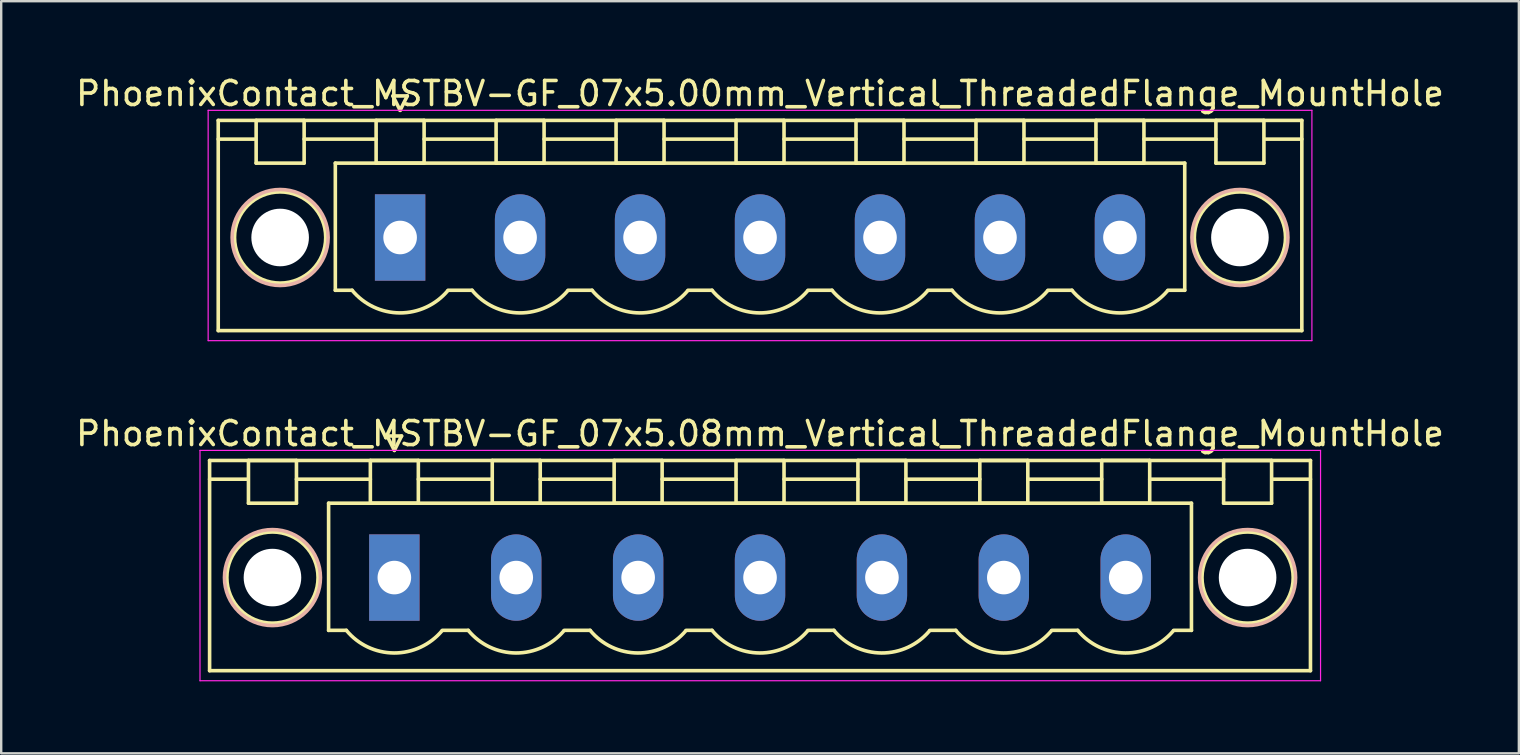
<source format=kicad_pcb>
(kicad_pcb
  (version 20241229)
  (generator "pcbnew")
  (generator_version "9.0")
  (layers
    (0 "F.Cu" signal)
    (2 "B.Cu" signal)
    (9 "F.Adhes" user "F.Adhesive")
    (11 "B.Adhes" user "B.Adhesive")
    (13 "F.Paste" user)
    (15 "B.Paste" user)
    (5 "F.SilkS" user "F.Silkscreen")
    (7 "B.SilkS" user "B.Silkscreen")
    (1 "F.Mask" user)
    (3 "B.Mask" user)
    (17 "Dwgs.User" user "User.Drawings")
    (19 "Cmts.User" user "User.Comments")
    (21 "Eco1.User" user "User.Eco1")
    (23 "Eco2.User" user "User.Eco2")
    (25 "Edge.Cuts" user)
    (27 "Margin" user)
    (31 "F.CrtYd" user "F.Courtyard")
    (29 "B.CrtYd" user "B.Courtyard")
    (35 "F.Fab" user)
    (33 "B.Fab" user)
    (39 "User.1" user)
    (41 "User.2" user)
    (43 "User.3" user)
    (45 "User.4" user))
  (footprint "PhoenixContact_MSTBV-GF_07x5.08mm_Vertical_ThreadedFlange_MountHole"
    (layer "F.Cu")
    (at 13.385 21.021)
    (property "Reference" "PhoenixContact_MSTBV-GF_07x5.08mm_Vertical_ThreadedFlange_MountHole" (at 15.24 -6 0) (layer "F.SilkS") (effects (font (size 1 1) (thickness 0.15))))
    (attr through_hole)
    (fp_line (start -7.7 -4.88) (end -7.7 3.88) (stroke (width 0.15) (type solid)) (layer "F.SilkS"))
    (fp_line (start -7.7 -4.1) (end -6.16 -4.1) (stroke (width 0.15) (type solid)) (layer "F.SilkS"))
    (fp_line (start -7.7 3.88) (end 38.18 3.88) (stroke (width 0.15) (type solid)) (layer "F.SilkS"))
    (fp_line (start -6.08 -4.88) (end -4.08 -4.88) (stroke (width 0.15) (type solid)) (layer "F.SilkS"))
    (fp_line (start -6.08 -3.1) (end -6.08 -4.88) (stroke (width 0.15) (type solid)) (layer "F.SilkS"))
    (fp_line (start -4.08 -4.88) (end -4.08 -3.1) (stroke (width 0.15) (type solid)) (layer "F.SilkS"))
    (fp_line (start -4.08 -4.1) (end -1 -4.1) (stroke (width 0.15) (type solid)) (layer "F.SilkS"))
    (fp_line (start -4.08 -3.1) (end -6.08 -3.1) (stroke (width 0.15) (type solid)) (layer "F.SilkS"))
    (fp_line (start -2.74 -3.1) (end 33.22 -3.1) (stroke (width 0.15) (type solid)) (layer "F.SilkS"))
    (fp_line (start -2.74 2.2) (end -2.74 -3.1) (stroke (width 0.15) (type solid)) (layer "F.SilkS"))
    (fp_line (start -2 2.2) (end -2.74 2.2) (stroke (width 0.15) (type solid)) (layer "F.SilkS"))
    (fp_line (start -1 -4.88) (end 1 -4.88) (stroke (width 0.15) (type solid)) (layer "F.SilkS"))
    (fp_line (start -1 -3.1) (end -1 -4.88) (stroke (width 0.15) (type solid)) (layer "F.SilkS"))
    (fp_line (start -0.3 -5.9) (end 0 -5.3) (stroke (width 0.15) (type solid)) (layer "F.SilkS"))
    (fp_line (start 0 -5.3) (end 0.3 -5.9) (stroke (width 0.15) (type solid)) (layer "F.SilkS"))
    (fp_line (start 0.3 -5.9) (end -0.3 -5.9) (stroke (width 0.15) (type solid)) (layer "F.SilkS"))
    (fp_line (start 1 -4.88) (end 1 -3.1) (stroke (width 0.15) (type solid)) (layer "F.SilkS"))
    (fp_line (start 1 -4.1) (end 4.08 -4.1) (stroke (width 0.15) (type solid)) (layer "F.SilkS"))
    (fp_line (start 1 -3.1) (end -1 -3.1) (stroke (width 0.15) (type solid)) (layer "F.SilkS"))
    (fp_line (start 2 2.2) (end 3.08 2.2) (stroke (width 0.15) (type solid)) (layer "F.SilkS"))
    (fp_line (start 4.08 -4.88) (end 6.08 -4.88) (stroke (width 0.15) (type solid)) (layer "F.SilkS"))
    (fp_line (start 4.08 -3.1) (end 4.08 -4.88) (stroke (width 0.15) (type solid)) (layer "F.SilkS"))
    (fp_line (start 6.08 -4.88) (end 6.08 -3.1) (stroke (width 0.15) (type solid)) (layer "F.SilkS"))
    (fp_line (start 6.08 -4.1) (end 9.16 -4.1) (stroke (width 0.15) (type solid)) (layer "F.SilkS"))
    (fp_line (start 6.08 -3.1) (end 4.08 -3.1) (stroke (width 0.15) (type solid)) (layer "F.SilkS"))
    (fp_line (start 7.08 2.2) (end 8.16 2.2) (stroke (width 0.15) (type solid)) (layer "F.SilkS"))
    (fp_line (start 9.16 -4.88) (end 11.16 -4.88) (stroke (width 0.15) (type solid)) (layer "F.SilkS"))
    (fp_line (start 9.16 -3.1) (end 9.16 -4.88) (stroke (width 0.15) (type solid)) (layer "F.SilkS"))
    (fp_line (start 11.16 -4.88) (end 11.16 -3.1) (stroke (width 0.15) (type solid)) (layer "F.SilkS"))
    (fp_line (start 11.16 -4.1) (end 14.24 -4.1) (stroke (width 0.15) (type solid)) (layer "F.SilkS"))
    (fp_line (start 11.16 -3.1) (end 9.16 -3.1) (stroke (width 0.15) (type solid)) (layer "F.SilkS"))
    (fp_line (start 12.16 2.2) (end 13.24 2.2) (stroke (width 0.15) (type solid)) (layer "F.SilkS"))
    (fp_line (start 14.24 -4.88) (end 16.24 -4.88) (stroke (width 0.15) (type solid)) (layer "F.SilkS"))
    (fp_line (start 14.24 -3.1) (end 14.24 -4.88) (stroke (width 0.15) (type solid)) (layer "F.SilkS"))
    (fp_line (start 16.24 -4.88) (end 16.24 -3.1) (stroke (width 0.15) (type solid)) (layer "F.SilkS"))
    (fp_line (start 16.24 -4.1) (end 19.32 -4.1) (stroke (width 0.15) (type solid)) (layer "F.SilkS"))
    (fp_line (start 16.24 -3.1) (end 14.24 -3.1) (stroke (width 0.15) (type solid)) (layer "F.SilkS"))
    (fp_line (start 17.24 2.2) (end 18.32 2.2) (stroke (width 0.15) (type solid)) (layer "F.SilkS"))
    (fp_line (start 19.32 -4.88) (end 21.32 -4.88) (stroke (width 0.15) (type solid)) (layer "F.SilkS"))
    (fp_line (start 19.32 -3.1) (end 19.32 -4.88) (stroke (width 0.15) (type solid)) (layer "F.SilkS"))
    (fp_line (start 21.32 -4.88) (end 21.32 -3.1) (stroke (width 0.15) (type solid)) (layer "F.SilkS"))
    (fp_line (start 21.32 -4.1) (end 24.4 -4.1) (stroke (width 0.15) (type solid)) (layer "F.SilkS"))
    (fp_line (start 21.32 -3.1) (end 19.32 -3.1) (stroke (width 0.15) (type solid)) (layer "F.SilkS"))
    (fp_line (start 22.32 2.2) (end 23.4 2.2) (stroke (width 0.15) (type solid)) (layer "F.SilkS"))
    (fp_line (start 24.4 -4.88) (end 26.4 -4.88) (stroke (width 0.15) (type solid)) (layer "F.SilkS"))
    (fp_line (start 24.4 -3.1) (end 24.4 -4.88) (stroke (width 0.15) (type solid)) (layer "F.SilkS"))
    (fp_line (start 26.4 -4.88) (end 26.4 -3.1) (stroke (width 0.15) (type solid)) (layer "F.SilkS"))
    (fp_line (start 26.4 -4.1) (end 29.48 -4.1) (stroke (width 0.15) (type solid)) (layer "F.SilkS"))
    (fp_line (start 26.4 -3.1) (end 24.4 -3.1) (stroke (width 0.15) (type solid)) (layer "F.SilkS"))
    (fp_line (start 27.4 2.2) (end 28.48 2.2) (stroke (width 0.15) (type solid)) (layer "F.SilkS"))
    (fp_line (start 29.48 -4.88) (end 31.48 -4.88) (stroke (width 0.15) (type solid)) (layer "F.SilkS"))
    (fp_line (start 29.48 -3.1) (end 29.48 -4.88) (stroke (width 0.15) (type solid)) (layer "F.SilkS"))
    (fp_line (start 31.48 -4.88) (end 31.48 -3.1) (stroke (width 0.15) (type solid)) (layer "F.SilkS"))
    (fp_line (start 31.48 -4.1) (end 34.56 -4.1) (stroke (width 0.15) (type solid)) (layer "F.SilkS"))
    (fp_line (start 31.48 -3.1) (end 29.48 -3.1) (stroke (width 0.15) (type solid)) (layer "F.SilkS"))
    (fp_line (start 33.22 -3.1) (end 33.22 2.2) (stroke (width 0.15) (type solid)) (layer "F.SilkS"))
    (fp_line (start 33.22 2.2) (end 32.48 2.2) (stroke (width 0.15) (type solid)) (layer "F.SilkS"))
    (fp_line (start 34.56 -4.88) (end 36.56 -4.88) (stroke (width 0.15) (type solid)) (layer "F.SilkS"))
    (fp_line (start 34.56 -3.1) (end 34.56 -4.88) (stroke (width 0.15) (type solid)) (layer "F.SilkS"))
    (fp_line (start 36.56 -4.88) (end 36.56 -3.1) (stroke (width 0.15) (type solid)) (layer "F.SilkS"))
    (fp_line (start 36.56 -3.1) (end 34.56 -3.1) (stroke (width 0.15) (type solid)) (layer "F.SilkS"))
    (fp_line (start 38.18 -4.88) (end -7.7 -4.88) (stroke (width 0.15) (type solid)) (layer "F.SilkS"))
    (fp_line (start 38.18 -4.1) (end 36.64 -4.1) (stroke (width 0.15) (type solid)) (layer "F.SilkS"))
    (fp_line (start 38.18 3.88) (end 38.18 -4.88) (stroke (width 0.15) (type solid)) (layer "F.SilkS"))
    (fp_arc (start 1.986842 2.215821) (mid -0.010289 3.142758) (end -2 2.2) (stroke (width 0.15) (type solid)) (layer "F.SilkS"))
    (fp_arc (start 7.066842 2.215821) (mid 5.069711 3.142758) (end 3.08 2.2) (stroke (width 0.15) (type solid)) (layer "F.SilkS"))
    (fp_arc (start 12.146842 2.215821) (mid 10.149711 3.142758) (end 8.16 2.2) (stroke (width 0.15) (type solid)) (layer "F.SilkS"))
    (fp_arc (start 17.226842 2.215821) (mid 15.229711 3.142758) (end 13.24 2.2) (stroke (width 0.15) (type solid)) (layer "F.SilkS"))
    (fp_arc (start 22.306842 2.215821) (mid 20.309711 3.142758) (end 18.32 2.2) (stroke (width 0.15) (type solid)) (layer "F.SilkS"))
    (fp_arc (start 27.386842 2.215821) (mid 25.389711 3.142758) (end 23.4 2.2) (stroke (width 0.15) (type solid)) (layer "F.SilkS"))
    (fp_arc (start 32.466842 2.215821) (mid 30.469711 3.142758) (end 28.48 2.2) (stroke (width 0.15) (type solid)) (layer "F.SilkS"))
    (fp_circle (center -5.08 0) (end -3.18 0) (stroke (width 0.15) (type solid)) (fill no) (layer "F.SilkS"))
    (fp_circle (center 35.56 0) (end 37.46 0) (stroke (width 0.15) (type solid)) (fill no) (layer "F.SilkS"))
    (fp_circle (center -5.08 0) (end -3.08 0) (stroke (width 0.15) (type solid)) (fill no) (layer "B.SilkS"))
    (fp_circle (center 35.56 0) (end 37.56 0) (stroke (width 0.15) (type solid)) (fill no) (layer "B.SilkS"))
    (fp_line (start -8.1 -5.3) (end -8.1 4.3) (stroke (width 0.05) (type solid)) (layer "F.CrtYd"))
    (fp_line (start -8.1 4.3) (end 38.6 4.3) (stroke (width 0.05) (type solid)) (layer "F.CrtYd"))
    (fp_line (start 38.6 -5.3) (end -8.1 -5.3) (stroke (width 0.05) (type solid)) (layer "F.CrtYd"))
    (fp_line (start 38.6 4.3) (end 38.6 -5.3) (stroke (width 0.05) (type solid)) (layer "F.CrtYd"))
    (pad "" np_thru_hole circle (at -5.08 0) (size 2.4 2.4) (drill 2.4) (layers "*.Cu" "*.Mask"))
    (pad "" np_thru_hole circle (at 35.56 0) (size 2.4 2.4) (drill 2.4) (layers "*.Cu" "*.Mask"))
    (pad "1" thru_hole rect (at 0 0) (size 2.1 3.6) (drill 1.4) (layers "*.Cu" "*.Mask"))
    (pad "2" thru_hole oval (at 5.08 0) (size 2.1 3.6) (drill 1.4) (layers "*.Cu" "*.Mask"))
    (pad "3" thru_hole oval (at 10.16 0) (size 2.1 3.6) (drill 1.4) (layers "*.Cu" "*.Mask"))
    (pad "4" thru_hole oval (at 15.24 0) (size 2.1 3.6) (drill 1.4) (layers "*.Cu" "*.Mask"))
    (pad "5" thru_hole oval (at 20.32 0) (size 2.1 3.6) (drill 1.4) (layers "*.Cu" "*.Mask"))
    (pad "6" thru_hole oval (at 25.4 0) (size 2.1 3.6) (drill 1.4) (layers "*.Cu" "*.Mask"))
    (pad "7" thru_hole oval (at 30.48 0) (size 2.1 3.6) (drill 1.4) (layers "*.Cu" "*.Mask")))
  (footprint "PhoenixContact_MSTBV-GF_07x5.00mm_Vertical_ThreadedFlange_MountHole"
    (layer "F.Cu")
    (at 13.625 6.848)
    (property "Reference" "PhoenixContact_MSTBV-GF_07x5.00mm_Vertical_ThreadedFlange_MountHole" (at 15 -6 0) (layer "F.SilkS") (effects (font (size 1 1) (thickness 0.15))))
    (attr through_hole)
    (fp_line (start -7.58 -4.88) (end -7.58 3.88) (stroke (width 0.15) (type solid)) (layer "F.SilkS"))
    (fp_line (start -7.58 -4.1) (end -6.08 -4.1) (stroke (width 0.15) (type solid)) (layer "F.SilkS"))
    (fp_line (start -7.58 3.88) (end 37.58 3.88) (stroke (width 0.15) (type solid)) (layer "F.SilkS"))
    (fp_line (start -6 -4.88) (end -4 -4.88) (stroke (width 0.15) (type solid)) (layer "F.SilkS"))
    (fp_line (start -6 -3.1) (end -6 -4.88) (stroke (width 0.15) (type solid)) (layer "F.SilkS"))
    (fp_line (start -4 -4.88) (end -4 -3.1) (stroke (width 0.15) (type solid)) (layer "F.SilkS"))
    (fp_line (start -4 -4.1) (end -1 -4.1) (stroke (width 0.15) (type solid)) (layer "F.SilkS"))
    (fp_line (start -4 -3.1) (end -6 -3.1) (stroke (width 0.15) (type solid)) (layer "F.SilkS"))
    (fp_line (start -2.7 -3.1) (end 32.7 -3.1) (stroke (width 0.15) (type solid)) (layer "F.SilkS"))
    (fp_line (start -2.7 2.2) (end -2.7 -3.1) (stroke (width 0.15) (type solid)) (layer "F.SilkS"))
    (fp_line (start -2 2.2) (end -2.7 2.2) (stroke (width 0.15) (type solid)) (layer "F.SilkS"))
    (fp_line (start -1 -4.88) (end 1 -4.88) (stroke (width 0.15) (type solid)) (layer "F.SilkS"))
    (fp_line (start -1 -3.1) (end -1 -4.88) (stroke (width 0.15) (type solid)) (layer "F.SilkS"))
    (fp_line (start -0.3 -5.9) (end 0 -5.3) (stroke (width 0.15) (type solid)) (layer "F.SilkS"))
    (fp_line (start 0 -5.3) (end 0.3 -5.9) (stroke (width 0.15) (type solid)) (layer "F.SilkS"))
    (fp_line (start 0.3 -5.9) (end -0.3 -5.9) (stroke (width 0.15) (type solid)) (layer "F.SilkS"))
    (fp_line (start 1 -4.88) (end 1 -3.1) (stroke (width 0.15) (type solid)) (layer "F.SilkS"))
    (fp_line (start 1 -4.1) (end 4 -4.1) (stroke (width 0.15) (type solid)) (layer "F.SilkS"))
    (fp_line (start 1 -3.1) (end -1 -3.1) (stroke (width 0.15) (type solid)) (layer "F.SilkS"))
    (fp_line (start 2 2.2) (end 3 2.2) (stroke (width 0.15) (type solid)) (layer "F.SilkS"))
    (fp_line (start 4 -4.88) (end 6 -4.88) (stroke (width 0.15) (type solid)) (layer "F.SilkS"))
    (fp_line (start 4 -3.1) (end 4 -4.88) (stroke (width 0.15) (type solid)) (layer "F.SilkS"))
    (fp_line (start 6 -4.88) (end 6 -3.1) (stroke (width 0.15) (type solid)) (layer "F.SilkS"))
    (fp_line (start 6 -4.1) (end 9 -4.1) (stroke (width 0.15) (type solid)) (layer "F.SilkS"))
    (fp_line (start 6 -3.1) (end 4 -3.1) (stroke (width 0.15) (type solid)) (layer "F.SilkS"))
    (fp_line (start 7 2.2) (end 8 2.2) (stroke (width 0.15) (type solid)) (layer "F.SilkS"))
    (fp_line (start 9 -4.88) (end 11 -4.88) (stroke (width 0.15) (type solid)) (layer "F.SilkS"))
    (fp_line (start 9 -3.1) (end 9 -4.88) (stroke (width 0.15) (type solid)) (layer "F.SilkS"))
    (fp_line (start 11 -4.88) (end 11 -3.1) (stroke (width 0.15) (type solid)) (layer "F.SilkS"))
    (fp_line (start 11 -4.1) (end 14 -4.1) (stroke (width 0.15) (type solid)) (layer "F.SilkS"))
    (fp_line (start 11 -3.1) (end 9 -3.1) (stroke (width 0.15) (type solid)) (layer "F.SilkS"))
    (fp_line (start 12 2.2) (end 13 2.2) (stroke (width 0.15) (type solid)) (layer "F.SilkS"))
    (fp_line (start 14 -4.88) (end 16 -4.88) (stroke (width 0.15) (type solid)) (layer "F.SilkS"))
    (fp_line (start 14 -3.1) (end 14 -4.88) (stroke (width 0.15) (type solid)) (layer "F.SilkS"))
    (fp_line (start 16 -4.88) (end 16 -3.1) (stroke (width 0.15) (type solid)) (layer "F.SilkS"))
    (fp_line (start 16 -4.1) (end 19 -4.1) (stroke (width 0.15) (type solid)) (layer "F.SilkS"))
    (fp_line (start 16 -3.1) (end 14 -3.1) (stroke (width 0.15) (type solid)) (layer "F.SilkS"))
    (fp_line (start 17 2.2) (end 18 2.2) (stroke (width 0.15) (type solid)) (layer "F.SilkS"))
    (fp_line (start 19 -4.88) (end 21 -4.88) (stroke (width 0.15) (type solid)) (layer "F.SilkS"))
    (fp_line (start 19 -3.1) (end 19 -4.88) (stroke (width 0.15) (type solid)) (layer "F.SilkS"))
    (fp_line (start 21 -4.88) (end 21 -3.1) (stroke (width 0.15) (type solid)) (layer "F.SilkS"))
    (fp_line (start 21 -4.1) (end 24 -4.1) (stroke (width 0.15) (type solid)) (layer "F.SilkS"))
    (fp_line (start 21 -3.1) (end 19 -3.1) (stroke (width 0.15) (type solid)) (layer "F.SilkS"))
    (fp_line (start 22 2.2) (end 23 2.2) (stroke (width 0.15) (type solid)) (layer "F.SilkS"))
    (fp_line (start 24 -4.88) (end 26 -4.88) (stroke (width 0.15) (type solid)) (layer "F.SilkS"))
    (fp_line (start 24 -3.1) (end 24 -4.88) (stroke (width 0.15) (type solid)) (layer "F.SilkS"))
    (fp_line (start 26 -4.88) (end 26 -3.1) (stroke (width 0.15) (type solid)) (layer "F.SilkS"))
    (fp_line (start 26 -4.1) (end 29 -4.1) (stroke (width 0.15) (type solid)) (layer "F.SilkS"))
    (fp_line (start 26 -3.1) (end 24 -3.1) (stroke (width 0.15) (type solid)) (layer "F.SilkS"))
    (fp_line (start 27 2.2) (end 28 2.2) (stroke (width 0.15) (type solid)) (layer "F.SilkS"))
    (fp_line (start 29 -4.88) (end 31 -4.88) (stroke (width 0.15) (type solid)) (layer "F.SilkS"))
    (fp_line (start 29 -3.1) (end 29 -4.88) (stroke (width 0.15) (type solid)) (layer "F.SilkS"))
    (fp_line (start 31 -4.88) (end 31 -3.1) (stroke (width 0.15) (type solid)) (layer "F.SilkS"))
    (fp_line (start 31 -4.1) (end 34 -4.1) (stroke (width 0.15) (type solid)) (layer "F.SilkS"))
    (fp_line (start 31 -3.1) (end 29 -3.1) (stroke (width 0.15) (type solid)) (layer "F.SilkS"))
    (fp_line (start 32.7 -3.1) (end 32.7 2.2) (stroke (width 0.15) (type solid)) (layer "F.SilkS"))
    (fp_line (start 32.7 2.2) (end 32 2.2) (stroke (width 0.15) (type solid)) (layer "F.SilkS"))
    (fp_line (start 34 -4.88) (end 36 -4.88) (stroke (width 0.15) (type solid)) (layer "F.SilkS"))
    (fp_line (start 34 -3.1) (end 34 -4.88) (stroke (width 0.15) (type solid)) (layer "F.SilkS"))
    (fp_line (start 36 -4.88) (end 36 -3.1) (stroke (width 0.15) (type solid)) (layer "F.SilkS"))
    (fp_line (start 36 -3.1) (end 34 -3.1) (stroke (width 0.15) (type solid)) (layer "F.SilkS"))
    (fp_line (start 37.58 -4.88) (end -7.58 -4.88) (stroke (width 0.15) (type solid)) (layer "F.SilkS"))
    (fp_line (start 37.58 -4.1) (end 36.08 -4.1) (stroke (width 0.15) (type solid)) (layer "F.SilkS"))
    (fp_line (start 37.58 3.88) (end 37.58 -4.88) (stroke (width 0.15) (type solid)) (layer "F.SilkS"))
    (fp_arc (start 1.986842 2.215821) (mid -0.010289 3.142758) (end -2 2.2) (stroke (width 0.15) (type solid)) (layer "F.SilkS"))
    (fp_arc (start 6.986842 2.215821) (mid 4.989711 3.142758) (end 3 2.2) (stroke (width 0.15) (type solid)) (layer "F.SilkS"))
    (fp_arc (start 11.986842 2.215821) (mid 9.989711 3.142758) (end 8 2.2) (stroke (width 0.15) (type solid)) (layer "F.SilkS"))
    (fp_arc (start 16.986842 2.215821) (mid 14.989711 3.142758) (end 13 2.2) (stroke (width 0.15) (type solid)) (layer "F.SilkS"))
    (fp_arc (start 21.986842 2.215821) (mid 19.989711 3.142758) (end 18 2.2) (stroke (width 0.15) (type solid)) (layer "F.SilkS"))
    (fp_arc (start 26.986842 2.215821) (mid 24.989711 3.142758) (end 23 2.2) (stroke (width 0.15) (type solid)) (layer "F.SilkS"))
    (fp_arc (start 31.986842 2.215821) (mid 29.989711 3.142758) (end 28 2.2) (stroke (width 0.15) (type solid)) (layer "F.SilkS"))
    (fp_circle (center -5 0) (end -3.1 0) (stroke (width 0.15) (type solid)) (fill no) (layer "F.SilkS"))
    (fp_circle (center 35 0) (end 36.9 0) (stroke (width 0.15) (type solid)) (fill no) (layer "F.SilkS"))
    (fp_circle (center -5 0) (end -3 0) (stroke (width 0.15) (type solid)) (fill no) (layer "B.SilkS"))
    (fp_circle (center 35 0) (end 37 0) (stroke (width 0.15) (type solid)) (fill no) (layer "B.SilkS"))
    (fp_line (start -8 -5.3) (end -8 4.3) (stroke (width 0.05) (type solid)) (layer "F.CrtYd"))
    (fp_line (start -8 4.3) (end 38 4.3) (stroke (width 0.05) (type solid)) (layer "F.CrtYd"))
    (fp_line (start 38 -5.3) (end -8 -5.3) (stroke (width 0.05) (type solid)) (layer "F.CrtYd"))
    (fp_line (start 38 4.3) (end 38 -5.3) (stroke (width 0.05) (type solid)) (layer "F.CrtYd"))
    (pad "" np_thru_hole circle (at -5 0) (size 2.4 2.4) (drill 2.4) (layers "*.Cu" "*.Mask"))
    (pad "" np_thru_hole circle (at 35 0) (size 2.4 2.4) (drill 2.4) (layers "*.Cu" "*.Mask"))
    (pad "1" thru_hole rect (at 0 0) (size 2.1 3.6) (drill 1.4) (layers "*.Cu" "*.Mask"))
    (pad "2" thru_hole oval (at 5 0) (size 2.1 3.6) (drill 1.4) (layers "*.Cu" "*.Mask"))
    (pad "3" thru_hole oval (at 10 0) (size 2.1 3.6) (drill 1.4) (layers "*.Cu" "*.Mask"))
    (pad "4" thru_hole oval (at 15 0) (size 2.1 3.6) (drill 1.4) (layers "*.Cu" "*.Mask"))
    (pad "5" thru_hole oval (at 20 0) (size 2.1 3.6) (drill 1.4) (layers "*.Cu" "*.Mask"))
    (pad "6" thru_hole oval (at 25 0) (size 2.1 3.6) (drill 1.4) (layers "*.Cu" "*.Mask"))
    (pad "7" thru_hole oval (at 30 0) (size 2.1 3.6) (drill 1.4) (layers "*.Cu" "*.Mask")))
  (gr_rect
    (start -3 -3)
    (end 60.25 28.346)
    (stroke (width 0.1) (type default))
    (fill no)
    (layer "Edge.Cuts")))
</source>
